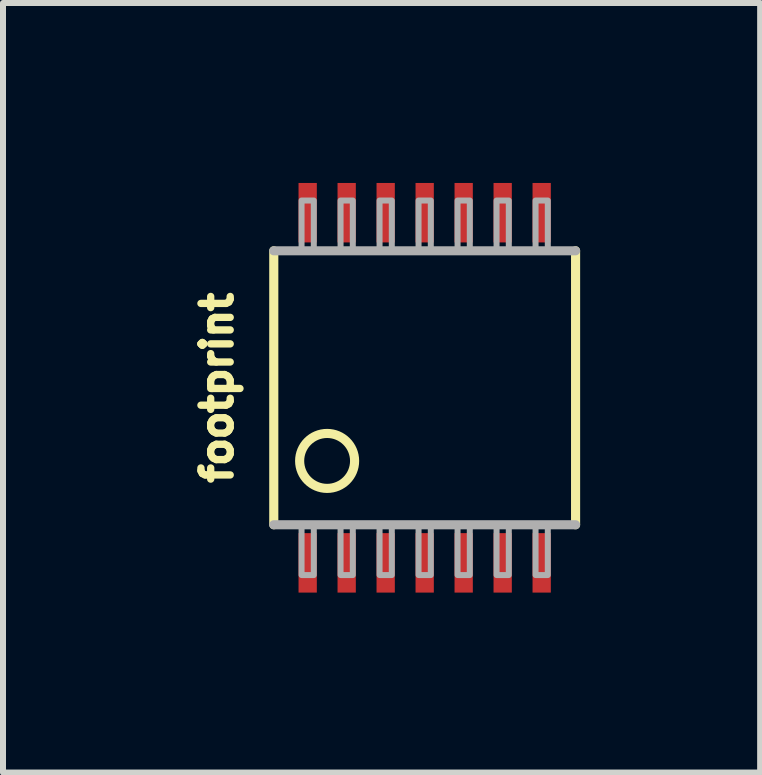
<source format=kicad_pcb>
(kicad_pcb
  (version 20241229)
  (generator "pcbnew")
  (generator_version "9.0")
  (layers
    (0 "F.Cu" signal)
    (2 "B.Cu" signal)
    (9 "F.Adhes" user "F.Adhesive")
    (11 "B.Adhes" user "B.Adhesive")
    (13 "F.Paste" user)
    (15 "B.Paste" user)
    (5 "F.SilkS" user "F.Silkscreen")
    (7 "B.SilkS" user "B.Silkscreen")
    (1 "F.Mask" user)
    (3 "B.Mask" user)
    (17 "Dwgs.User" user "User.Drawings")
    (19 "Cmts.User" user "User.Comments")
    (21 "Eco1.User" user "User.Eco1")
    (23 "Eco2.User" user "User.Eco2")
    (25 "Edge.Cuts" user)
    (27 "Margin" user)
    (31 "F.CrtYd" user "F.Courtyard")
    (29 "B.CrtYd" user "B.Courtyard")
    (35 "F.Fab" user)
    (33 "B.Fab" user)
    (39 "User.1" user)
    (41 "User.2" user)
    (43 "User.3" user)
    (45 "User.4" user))
  (footprint "footprint"
    (layer "F.Cu")
    (at 4.028 3.413)
    (property "Reference" "footprint" (at -3.175 0 90) (layer "F.SilkS") (effects (font (size 0.488 0.488) (thickness 0.122)) (justify bottom)))
    (fp_line (start -2.515 2.283) (end -2.515 -2.283) (stroke (width 0.152) (type solid)) (layer "F.SilkS"))
    (fp_line (start 2.515 -2.283) (end 2.515 2.283) (stroke (width 0.152) (type solid)) (layer "F.SilkS"))
    (fp_circle (center -1.626 1.219) (end -1.168 1.219) (stroke (width 0.152) (type solid)) (fill no) (layer "F.SilkS"))
    (fp_line (start -2.515 2.283) (end 2.515 2.283) (stroke (width 0.152) (type solid)) (layer "F.Fab"))
    (fp_line (start 2.515 -2.283) (end -2.515 -2.283) (stroke (width 0.152) (type solid)) (layer "F.Fab"))
    (fp_poly (pts (xy -2.052 -2.283) (xy -1.848 -2.283) (xy -1.848 -3.121) (xy -2.052 -3.121)) (stroke (width 0.1) (type solid)) (fill no) (layer "F.Fab"))
    (fp_poly (pts (xy -2.052 3.121) (xy -1.848 3.121) (xy -1.848 2.283) (xy -2.052 2.283)) (stroke (width 0.1) (type solid)) (fill no) (layer "F.Fab"))
    (fp_poly (pts (xy -1.402 -2.283) (xy -1.198 -2.283) (xy -1.198 -3.121) (xy -1.402 -3.121)) (stroke (width 0.1) (type solid)) (fill no) (layer "F.Fab"))
    (fp_poly (pts (xy -1.402 3.121) (xy -1.198 3.121) (xy -1.198 2.283) (xy -1.402 2.283)) (stroke (width 0.1) (type solid)) (fill no) (layer "F.Fab"))
    (fp_poly (pts (xy -0.752 -2.283) (xy -0.548 -2.283) (xy -0.548 -3.121) (xy -0.752 -3.121)) (stroke (width 0.1) (type solid)) (fill no) (layer "F.Fab"))
    (fp_poly (pts (xy -0.752 3.121) (xy -0.548 3.121) (xy -0.548 2.283) (xy -0.752 2.283)) (stroke (width 0.1) (type solid)) (fill no) (layer "F.Fab"))
    (fp_poly (pts (xy -0.102 -2.283) (xy 0.102 -2.283) (xy 0.102 -3.121) (xy -0.102 -3.121)) (stroke (width 0.1) (type solid)) (fill no) (layer "F.Fab"))
    (fp_poly (pts (xy -0.102 3.121) (xy 0.102 3.121) (xy 0.102 2.283) (xy -0.102 2.283)) (stroke (width 0.1) (type solid)) (fill no) (layer "F.Fab"))
    (fp_poly (pts (xy 0.548 -2.283) (xy 0.752 -2.283) (xy 0.752 -3.121) (xy 0.548 -3.121)) (stroke (width 0.1) (type solid)) (fill no) (layer "F.Fab"))
    (fp_poly (pts (xy 0.548 3.121) (xy 0.752 3.121) (xy 0.752 2.283) (xy 0.548 2.283)) (stroke (width 0.1) (type solid)) (fill no) (layer "F.Fab"))
    (fp_poly (pts (xy 1.198 -2.283) (xy 1.402 -2.283) (xy 1.402 -3.121) (xy 1.198 -3.121)) (stroke (width 0.1) (type solid)) (fill no) (layer "F.Fab"))
    (fp_poly (pts (xy 1.198 3.121) (xy 1.402 3.121) (xy 1.402 2.283) (xy 1.198 2.283)) (stroke (width 0.1) (type solid)) (fill no) (layer "F.Fab"))
    (fp_poly (pts (xy 1.848 -2.283) (xy 2.052 -2.283) (xy 2.052 -3.121) (xy 1.848 -3.121)) (stroke (width 0.1) (type solid)) (fill no) (layer "F.Fab"))
    (fp_poly (pts (xy 1.848 3.121) (xy 2.052 3.121) (xy 2.052 2.283) (xy 1.848 2.283)) (stroke (width 0.1) (type solid)) (fill no) (layer "F.Fab"))
    (pad "1" smd rect (at -1.95 2.918) (size 0.305 0.991) (layers "F.Cu" "F.Mask" "F.Paste"))
    (pad "2" smd rect (at -1.3 2.918) (size 0.305 0.991) (layers "F.Cu" "F.Mask" "F.Paste"))
    (pad "3" smd rect (at -0.65 2.918) (size 0.305 0.991) (layers "F.Cu" "F.Mask" "F.Paste"))
    (pad "4" smd rect (at 0 2.918) (size 0.305 0.991) (layers "F.Cu" "F.Mask" "F.Paste"))
    (pad "5" smd rect (at 0.65 2.918) (size 0.305 0.991) (layers "F.Cu" "F.Mask" "F.Paste"))
    (pad "6" smd rect (at 1.3 2.918) (size 0.305 0.991) (layers "F.Cu" "F.Mask" "F.Paste"))
    (pad "7" smd rect (at 1.95 2.918) (size 0.305 0.991) (layers "F.Cu" "F.Mask" "F.Paste"))
    (pad "8" smd rect (at 1.95 -2.918) (size 0.305 0.991) (layers "F.Cu" "F.Mask" "F.Paste"))
    (pad "9" smd rect (at 1.3 -2.918) (size 0.305 0.991) (layers "F.Cu" "F.Mask" "F.Paste"))
    (pad "10" smd rect (at 0.65 -2.918) (size 0.305 0.991) (layers "F.Cu" "F.Mask" "F.Paste"))
    (pad "11" smd rect (at 0 -2.918) (size 0.305 0.991) (layers "F.Cu" "F.Mask" "F.Paste"))
    (pad "12" smd rect (at -0.65 -2.918) (size 0.305 0.991) (layers "F.Cu" "F.Mask" "F.Paste"))
    (pad "13" smd rect (at -1.3 -2.918) (size 0.305 0.991) (layers "F.Cu" "F.Mask" "F.Paste"))
    (pad "14" smd rect (at -1.95 -2.918) (size 0.305 0.991) (layers "F.Cu" "F.Mask" "F.Paste")))
  (gr_rect
    (start -3 -3)
    (end 9.619 9.826)
    (stroke (width 0.1) (type default))
    (fill no)
    (layer "Edge.Cuts")))
</source>
